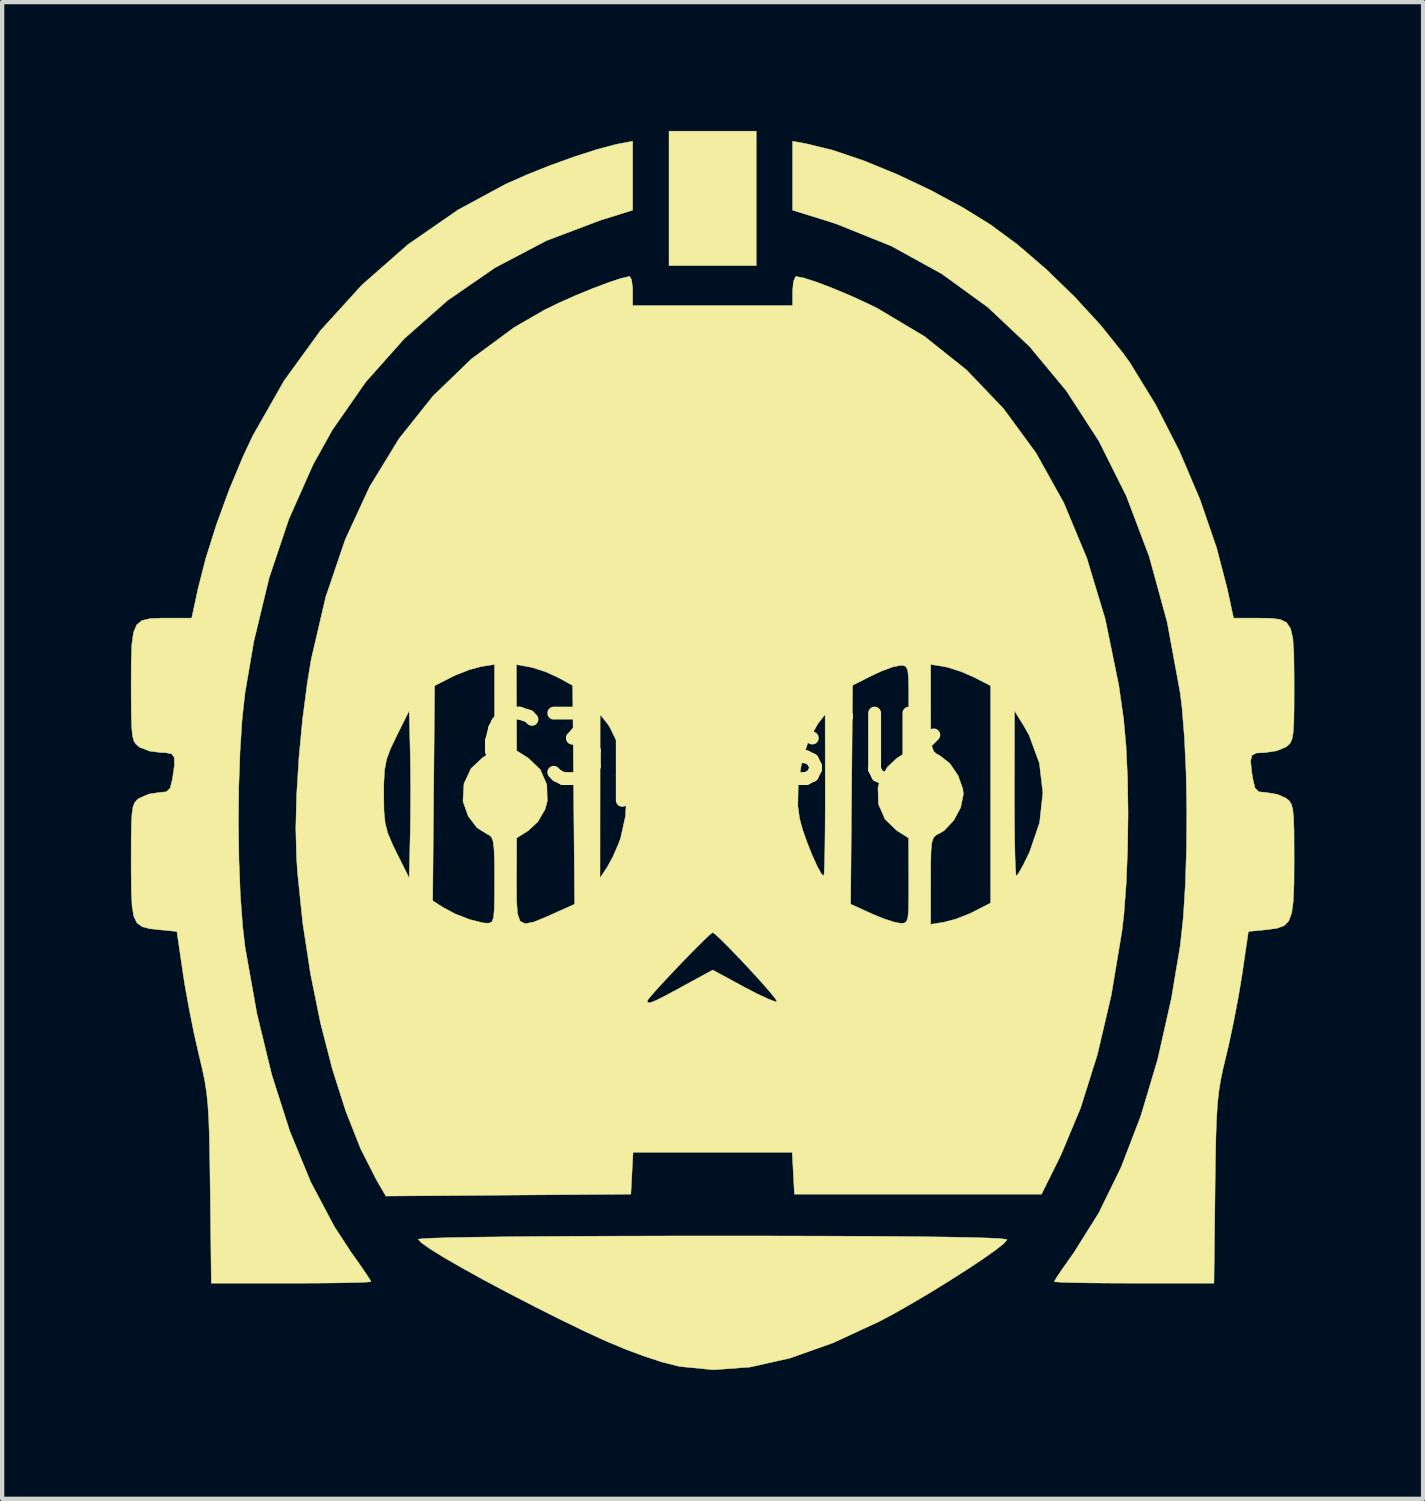
<source format=kicad_pcb>
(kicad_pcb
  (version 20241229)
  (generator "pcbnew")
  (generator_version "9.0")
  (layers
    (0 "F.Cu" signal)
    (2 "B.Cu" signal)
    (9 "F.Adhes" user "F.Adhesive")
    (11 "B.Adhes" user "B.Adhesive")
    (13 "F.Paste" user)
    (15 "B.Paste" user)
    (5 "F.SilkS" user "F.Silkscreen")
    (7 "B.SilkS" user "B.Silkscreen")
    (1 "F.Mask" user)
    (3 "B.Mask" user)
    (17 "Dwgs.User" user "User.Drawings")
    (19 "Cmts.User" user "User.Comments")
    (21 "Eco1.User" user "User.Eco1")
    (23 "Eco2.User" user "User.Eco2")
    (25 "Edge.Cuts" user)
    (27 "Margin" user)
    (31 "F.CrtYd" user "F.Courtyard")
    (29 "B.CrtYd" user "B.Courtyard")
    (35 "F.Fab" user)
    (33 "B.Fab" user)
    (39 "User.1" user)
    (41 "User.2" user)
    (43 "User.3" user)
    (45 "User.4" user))
  (footprint "C3po_silk"
    (layer "F.Cu")
    (at 13.552 14.398)
    (property "Reference" "C3po_silk" (at 0 0 0) (layer "F.SilkS") (effects (font (size 1.524 1.524) (thickness 0.3))))
    (attr through_hole)
    (fp_poly (pts (xy 1.016 -11.261) (xy -1.016 -11.261) (xy -1.016 -14.393) (xy 1.016 -14.393) (xy 1.016 -11.261)) (stroke (width 0.01) (type solid)) (fill yes) (layer "F.SilkS"))
    (fp_poly (pts (xy 1.409 11.346) (xy 2.65 11.349) (xy 3.727 11.354) (xy 4.641 11.361) (xy 5.395 11.37) (xy 5.99 11.381) (xy 6.429 11.394) (xy 6.714 11.409) (xy 6.847 11.426) (xy 6.858 11.433) (xy 6.789 11.517) (xy 6.596 11.67) (xy 6.306 11.875) (xy 5.941 12.118) (xy 5.526 12.383) (xy 5.086 12.655) (xy 4.644 12.917) (xy 4.225 13.155) (xy 3.883 13.337) (xy 2.804 13.837) (xy 1.804 14.191) (xy 0.877 14.4) (xy 0.02 14.464) (xy -0.773 14.386) (xy -1.185 14.282) (xy -1.612 14.141) (xy -2.035 13.983) (xy -2.486 13.794) (xy -2.997 13.56) (xy -3.598 13.267) (xy -4.149 12.99) (xy -4.776 12.666) (xy -5.351 12.36) (xy -5.857 12.079) (xy -6.278 11.836) (xy -6.596 11.638) (xy -6.795 11.496) (xy -6.858 11.423) (xy -6.775 11.41) (xy -6.531 11.397) (xy -6.134 11.385) (xy -5.594 11.375) (xy -4.918 11.366) (xy -4.115 11.359) (xy -3.194 11.353) (xy -2.162 11.349) (xy -1.03 11.346) (xy 0 11.345) (xy 1.409 11.346)) (stroke (width 0.01) (type solid)) (fill yes) (layer "F.SilkS"))
    (fp_poly (pts (xy -1.863 -12.551) (xy -2.603 -12.321) (xy -3.874 -11.841) (xy -5.068 -11.213) (xy -6.176 -10.449) (xy -7.185 -9.557) (xy -8.083 -8.548) (xy -8.86 -7.431) (xy -9.306 -6.63) (xy -9.873 -5.353) (xy -10.333 -3.982) (xy -10.69 -2.5) (xy -10.893 -1.312) (xy -10.962 -0.69) (xy -11.01 0.056) (xy -11.039 0.881) (xy -11.047 1.743) (xy -11.035 2.6) (xy -11.003 3.409) (xy -10.95 4.127) (xy -10.893 4.614) (xy -10.619 6.157) (xy -10.271 7.591) (xy -9.851 8.904) (xy -9.364 10.087) (xy -8.813 11.128) (xy -8.418 11.732) (xy -8.218 12.014) (xy -8.062 12.242) (xy -7.972 12.381) (xy -7.959 12.409) (xy -8.039 12.42) (xy -8.265 12.429) (xy -8.612 12.437) (xy -9.055 12.443) (xy -9.571 12.446) (xy -9.819 12.446) (xy -11.679 12.446) (xy -11.705 10.266) (xy -11.714 9.588) (xy -11.724 9.051) (xy -11.739 8.625) (xy -11.76 8.284) (xy -11.79 7.997) (xy -11.831 7.736) (xy -11.885 7.474) (xy -11.955 7.18) (xy -11.961 7.154) (xy -12.076 6.651) (xy -12.193 6.07) (xy -12.295 5.504) (xy -12.337 5.237) (xy -12.481 4.252) (xy -12.884 4.213) (xy -13.119 4.186) (xy -13.291 4.142) (xy -13.409 4.056) (xy -13.484 3.905) (xy -13.525 3.664) (xy -13.542 3.31) (xy -13.547 2.818) (xy -13.547 2.619) (xy -13.546 2.114) (xy -13.54 1.752) (xy -13.527 1.504) (xy -13.502 1.345) (xy -13.462 1.247) (xy -13.404 1.182) (xy -13.358 1.148) (xy -13.134 1.051) (xy -12.904 1.016) (xy -12.726 0.998) (xy -12.637 0.912) (xy -12.587 0.709) (xy -12.585 0.699) (xy -12.539 0.384) (xy -12.541 0.201) (xy -12.606 0.113) (xy -12.749 0.086) (xy -12.85 0.085) (xy -13.117 0.05) (xy -13.341 -0.036) (xy -13.358 -0.047) (xy -13.43 -0.105) (xy -13.481 -0.181) (xy -13.514 -0.303) (xy -13.534 -0.497) (xy -13.543 -0.792) (xy -13.546 -1.214) (xy -13.547 -1.48) (xy -13.545 -2.031) (xy -13.531 -2.434) (xy -13.492 -2.714) (xy -13.418 -2.892) (xy -13.294 -2.992) (xy -13.11 -3.036) (xy -12.854 -3.048) (xy -12.708 -3.048) (xy -12.136 -3.048) (xy -11.989 -3.732) (xy -11.808 -4.441) (xy -11.558 -5.232) (xy -11.26 -6.047) (xy -10.935 -6.824) (xy -10.712 -7.298) (xy -9.985 -8.576) (xy -9.133 -9.751) (xy -8.166 -10.814) (xy -7.095 -11.754) (xy -5.928 -12.561) (xy -4.821 -13.159) (xy -4.32 -13.381) (xy -3.766 -13.601) (xy -3.207 -13.802) (xy -2.691 -13.968) (xy -2.265 -14.081) (xy -2.169 -14.101) (xy -1.863 -14.158) (xy -1.863 -12.551)) (stroke (width 0.01) (type solid)) (fill yes) (layer "F.SilkS"))
    (fp_poly (pts (xy 2.18 -14.1) (xy 2.805 -13.947) (xy 3.522 -13.704) (xy 4.291 -13.389) (xy 5.072 -13.02) (xy 5.827 -12.613) (xy 6.473 -12.214) (xy 7.104 -11.748) (xy 7.771 -11.174) (xy 8.432 -10.533) (xy 9.043 -9.867) (xy 9.564 -9.217) (xy 9.725 -8.991) (xy 10.321 -8.02) (xy 10.872 -6.943) (xy 11.353 -5.813) (xy 11.741 -4.685) (xy 11.989 -3.732) (xy 12.136 -3.048) (xy 12.708 -3.048) (xy 13.003 -3.044) (xy 13.218 -3.018) (xy 13.368 -2.946) (xy 13.463 -2.807) (xy 13.517 -2.576) (xy 13.54 -2.232) (xy 13.546 -1.752) (xy 13.547 -1.48) (xy 13.546 -0.984) (xy 13.54 -0.629) (xy 13.526 -0.388) (xy 13.499 -0.234) (xy 13.458 -0.139) (xy 13.397 -0.075) (xy 13.358 -0.047) (xy 13.146 0.042) (xy 12.879 0.084) (xy 12.85 0.085) (xy 12.664 0.095) (xy 12.563 0.149) (xy 12.533 0.281) (xy 12.558 0.528) (xy 12.585 0.699) (xy 12.634 0.907) (xy 12.721 0.997) (xy 12.895 1.016) (xy 12.904 1.016) (xy 13.16 1.059) (xy 13.358 1.148) (xy 13.43 1.206) (xy 13.481 1.282) (xy 13.515 1.404) (xy 13.534 1.6) (xy 13.544 1.896) (xy 13.546 2.321) (xy 13.547 2.571) (xy 13.544 3.124) (xy 13.528 3.532) (xy 13.491 3.817) (xy 13.424 4.004) (xy 13.316 4.116) (xy 13.159 4.175) (xy 12.943 4.207) (xy 12.901 4.211) (xy 12.481 4.252) (xy 12.337 5.237) (xy 12.251 5.759) (xy 12.14 6.343) (xy 12.022 6.899) (xy 11.961 7.154) (xy 11.89 7.452) (xy 11.835 7.716) (xy 11.793 7.976) (xy 11.762 8.26) (xy 11.741 8.596) (xy 11.725 9.014) (xy 11.714 9.541) (xy 11.705 10.207) (xy 11.705 10.266) (xy 11.679 12.446) (xy 9.819 12.446) (xy 9.278 12.444) (xy 8.799 12.44) (xy 8.406 12.433) (xy 8.123 12.424) (xy 7.975 12.414) (xy 7.959 12.409) (xy 8.005 12.328) (xy 8.128 12.143) (xy 8.308 11.886) (xy 8.417 11.733) (xy 8.995 10.811) (xy 9.517 9.743) (xy 9.977 8.544) (xy 10.369 7.228) (xy 10.688 5.811) (xy 10.895 4.572) (xy 10.965 3.923) (xy 11.013 3.153) (xy 11.04 2.306) (xy 11.046 1.425) (xy 11.03 0.555) (xy 10.992 -0.26) (xy 10.934 -0.975) (xy 10.892 -1.312) (xy 10.589 -2.956) (xy 10.171 -4.482) (xy 9.639 -5.89) (xy 8.996 -7.177) (xy 8.243 -8.34) (xy 7.382 -9.377) (xy 6.414 -10.288) (xy 5.34 -11.068) (xy 4.163 -11.716) (xy 2.884 -12.231) (xy 2.603 -12.321) (xy 1.863 -12.551) (xy 1.863 -14.158) (xy 2.18 -14.1)) (stroke (width 0.01) (type solid)) (fill yes) (layer "F.SilkS"))
    (fp_poly (pts (xy 2.128 -10.971) (xy 2.423 -10.876) (xy 2.795 -10.734) (xy 3.206 -10.562) (xy 3.618 -10.373) (xy 3.851 -10.258) (xy 4.935 -9.61) (xy 5.911 -8.833) (xy 6.777 -7.927) (xy 7.535 -6.893) (xy 8.182 -5.731) (xy 8.719 -4.441) (xy 9.146 -3.025) (xy 9.462 -1.483) (xy 9.574 -0.698) (xy 9.631 -0.067) (xy 9.666 0.681) (xy 9.678 1.497) (xy 9.667 2.331) (xy 9.635 3.132) (xy 9.581 3.85) (xy 9.537 4.233) (xy 9.286 5.742) (xy 8.963 7.122) (xy 8.572 8.364) (xy 8.114 9.459) (xy 8.061 9.567) (xy 7.662 10.372) (xy 1.905 10.372) (xy 1.88 9.885) (xy 1.854 9.398) (xy -1.854 9.398) (xy -1.88 9.885) (xy -1.905 10.372) (xy -4.758 10.394) (xy -7.612 10.416) (xy -7.827 10.049) (xy -8.199 9.317) (xy -8.545 8.443) (xy -8.86 7.455) (xy -9.137 6.378) (xy -9.24 5.869) (xy -1.524 5.869) (xy -1.51 5.911) (xy -1.452 5.912) (xy -1.324 5.861) (xy -1.101 5.749) (xy -0.759 5.565) (xy -0.711 5.538) (xy 0.002 5.15) (xy 0.729 5.544) (xy 1.043 5.707) (xy 1.299 5.826) (xy 1.463 5.888) (xy 1.504 5.891) (xy 1.464 5.82) (xy 1.331 5.656) (xy 1.132 5.428) (xy 0.892 5.164) (xy 0.637 4.892) (xy 0.394 4.64) (xy 0.189 4.435) (xy 0.048 4.306) (xy 0 4.276) (xy -0.075 4.334) (xy -0.237 4.489) (xy -0.459 4.711) (xy -0.713 4.972) (xy -0.972 5.244) (xy -1.209 5.498) (xy -1.396 5.706) (xy -1.506 5.838) (xy -1.524 5.869) (xy -9.24 5.869) (xy -9.368 5.239) (xy -9.548 4.064) (xy -9.603 3.535) (xy -6.522 3.535) (xy -6.301 3.68) (xy -5.999 3.842) (xy -5.657 3.975) (xy -5.351 4.051) (xy -5.271 4.058) (xy -5.19 4.054) (xy -5.136 4.019) (xy -5.104 3.923) (xy -5.087 3.738) (xy -5.081 3.437) (xy -5.08 3.054) (xy -5.082 2.622) (xy -5.093 2.33) (xy -5.115 2.149) (xy -5.153 2.05) (xy -5.212 2.003) (xy -5.236 1.994) (xy -5.49 1.835) (xy -5.695 1.564) (xy -5.811 1.237) (xy -5.816 1.207) (xy -5.793 0.809) (xy -5.629 0.456) (xy -5.348 0.194) (xy -5.329 0.183) (xy -5.081 0.042) (xy -5.08 -1.966) (xy -4.572 -1.966) (xy -4.569 -0.962) (xy -4.565 0.042) (xy -4.294 0.213) (xy -4.016 0.48) (xy -3.863 0.83) (xy -3.852 1.216) (xy -3.904 1.408) (xy -4.072 1.696) (xy -4.297 1.905) (xy -4.565 2.074) (xy -4.569 3.069) (xy -4.567 3.53) (xy -4.546 3.839) (xy -4.485 4.013) (xy -4.366 4.072) (xy -4.167 4.032) (xy -3.871 3.911) (xy -3.714 3.84) (xy -3.215 3.616) (xy -3.215 3.615) (xy 3.215 3.615) (xy 3.703 3.838) (xy 3.992 3.957) (xy 4.245 4.038) (xy 4.381 4.062) (xy 4.462 4.057) (xy 4.516 4.019) (xy 4.549 3.921) (xy 4.564 3.734) (xy 4.569 3.43) (xy 4.569 3.069) (xy 4.565 2.074) (xy 4.294 1.904) (xy 4.016 1.636) (xy 3.863 1.287) (xy 3.852 0.901) (xy 3.904 0.708) (xy 4.072 0.421) (xy 4.297 0.212) (xy 4.565 0.042) (xy 4.569 -0.953) (xy 4.569 -0.956) (xy 5.08 -0.956) (xy 5.081 -0.528) (xy 5.089 -0.238) (xy 5.109 -0.055) (xy 5.147 0.051) (xy 5.21 0.112) (xy 5.292 0.154) (xy 5.525 0.336) (xy 5.718 0.619) (xy 5.829 0.933) (xy 5.841 1.058) (xy 5.778 1.365) (xy 5.614 1.669) (xy 5.393 1.902) (xy 5.292 1.963) (xy 5.202 2.009) (xy 5.143 2.073) (xy 5.106 2.186) (xy 5.088 2.377) (xy 5.081 2.679) (xy 5.08 3.073) (xy 5.08 4.086) (xy 5.394 4.035) (xy 5.663 3.964) (xy 5.975 3.842) (xy 6.092 3.786) (xy 6.477 3.588) (xy 6.477 1.037) (xy 7.03 1.037) (xy 7.031 1.588) (xy 7.036 2.077) (xy 7.044 2.481) (xy 7.054 2.777) (xy 7.067 2.939) (xy 7.074 2.963) (xy 7.13 2.893) (xy 7.234 2.706) (xy 7.365 2.441) (xy 7.382 2.405) (xy 7.617 1.718) (xy 7.694 1.019) (xy 7.612 0.332) (xy 7.373 -0.32) (xy 7.243 -0.55) (xy 7.033 -0.889) (xy 7.03 1.037) (xy 6.477 1.037) (xy 6.477 -1.472) (xy 6.092 -1.67) (xy 5.794 -1.8) (xy 5.494 -1.897) (xy 5.394 -1.919) (xy 5.08 -1.969) (xy 5.08 -0.956) (xy 4.569 -0.956) (xy 4.569 -1.375) (xy 4.563 -1.657) (xy 4.545 -1.827) (xy 4.509 -1.913) (xy 4.451 -1.943) (xy 4.376 -1.947) (xy 4.195 -1.91) (xy 3.932 -1.813) (xy 3.719 -1.714) (xy 3.26 -1.482) (xy 3.237 1.067) (xy 3.215 3.615) (xy -3.215 3.615) (xy -3.22 3.006) (xy -2.624 3.006) (xy -2.455 2.752) (xy -2.326 2.516) (xy -2.194 2.213) (xy -2.143 2.074) (xy -2.029 1.56) (xy -2.018 1.326) (xy 1.985 1.326) (xy 2.026 1.623) (xy 2.093 1.871) (xy 2.196 2.166) (xy 2.315 2.465) (xy 2.433 2.726) (xy 2.531 2.906) (xy 2.589 2.963) (xy 2.599 2.883) (xy 2.608 2.657) (xy 2.615 2.309) (xy 2.62 1.865) (xy 2.623 1.347) (xy 2.623 1.079) (xy 2.621 -0.804) (xy 2.455 -0.593) (xy 2.24 -0.214) (xy 2.083 0.271) (xy 1.994 0.803) (xy 1.985 1.326) (xy -2.018 1.326) (xy -2.003 0.994) (xy -2.06 0.427) (xy -2.194 -0.093) (xy -2.4 -0.516) (xy -2.455 -0.593) (xy -2.621 -0.804) (xy -2.624 3.006) (xy -3.22 3.006) (xy -3.26 -1.478) (xy -3.598 -1.664) (xy -3.89 -1.797) (xy -4.191 -1.894) (xy -4.255 -1.908) (xy -4.572 -1.966) (xy -5.08 -1.966) (xy -5.08 -1.969) (xy -5.394 -1.919) (xy -5.663 -1.847) (xy -5.975 -1.726) (xy -6.092 -1.67) (xy -6.477 -1.472) (xy -6.522 3.535) (xy -9.603 3.535) (xy -9.67 2.881) (xy -9.693 2.54) (xy -9.711 1.852) (xy -9.691 1.058) (xy -7.662 1.058) (xy -7.657 1.443) (xy -7.63 1.722) (xy -7.569 1.961) (xy -7.459 2.222) (xy -7.366 2.413) (xy -7.07 3.006) (xy -7.046 2.006) (xy -7.038 1.479) (xy -7.036 0.887) (xy -7.041 0.323) (xy -7.046 0.059) (xy -7.07 -0.889) (xy -7.366 -0.296) (xy -7.511 0.009) (xy -7.599 0.253) (xy -7.644 0.5) (xy -7.661 0.815) (xy -7.662 1.058) (xy -9.691 1.058) (xy -9.69 1.05) (xy -9.636 0.182) (xy -9.552 -0.701) (xy -9.441 -1.55) (xy -9.352 -2.088) (xy -9.014 -3.539) (xy -8.558 -4.882) (xy -7.988 -6.114) (xy -7.306 -7.228) (xy -6.515 -8.221) (xy -5.618 -9.087) (xy -4.619 -9.823) (xy -3.912 -10.231) (xy -3.574 -10.395) (xy -3.189 -10.566) (xy -2.794 -10.728) (xy -2.43 -10.865) (xy -2.135 -10.963) (xy -1.948 -11.006) (xy -1.933 -11.007) (xy -1.889 -10.932) (xy -1.864 -10.744) (xy -1.863 -10.668) (xy -1.863 -10.329) (xy 1.863 -10.329) (xy 1.863 -10.668) (xy 1.881 -10.88) (xy 1.928 -10.998) (xy 1.947 -11.007) (xy 2.128 -10.971)) (stroke (width 0.01) (type solid)) (fill yes) (layer "F.SilkS")))
  (gr_rect
    (start -3 -3)
    (end 30.103 31.868)
    (stroke (width 0.1) (type default))
    (fill no)
    (layer "Edge.Cuts")))
</source>
